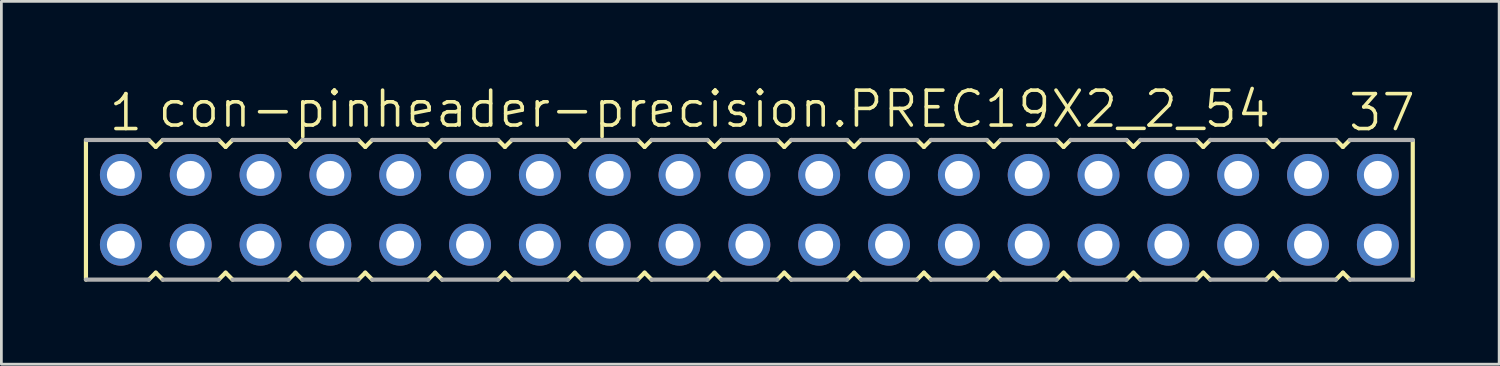
<source format=kicad_pcb>
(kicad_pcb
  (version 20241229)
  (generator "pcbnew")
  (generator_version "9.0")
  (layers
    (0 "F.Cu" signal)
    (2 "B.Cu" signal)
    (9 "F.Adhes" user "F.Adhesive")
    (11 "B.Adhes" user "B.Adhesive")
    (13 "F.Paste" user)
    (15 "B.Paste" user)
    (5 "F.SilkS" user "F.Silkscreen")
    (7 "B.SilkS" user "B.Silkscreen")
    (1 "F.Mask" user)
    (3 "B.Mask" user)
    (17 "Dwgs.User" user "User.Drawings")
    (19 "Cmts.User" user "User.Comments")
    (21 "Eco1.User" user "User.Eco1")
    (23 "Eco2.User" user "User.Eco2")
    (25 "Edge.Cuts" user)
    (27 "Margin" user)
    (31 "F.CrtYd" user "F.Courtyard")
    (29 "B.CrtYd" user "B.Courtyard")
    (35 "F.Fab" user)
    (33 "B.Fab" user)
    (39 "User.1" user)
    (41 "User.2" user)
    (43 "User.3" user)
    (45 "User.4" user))
  (footprint "con-pinheader-precision.PREC19X2_2_54"
    (layer "F.Cu")
    (at 24.206 4.581)
    (property "Reference" "con-pinheader-precision.PREC19X2_2_54" (at -21.59 -2.921 0) (layer "F.SilkS") (effects (font (size 1.27 1.27) (thickness 0.13)) (justify left bottom)))
    (attr through_hole)
    (fp_line (start -24.13 -2.54) (end -24.13 2.54) (stroke (width 0.152) (type default)) (layer "F.SilkS"))
    (fp_line (start -21.844 2.54) (end -21.59 2.286) (stroke (width 0.152) (type default)) (layer "F.SilkS"))
    (fp_line (start -21.59 -2.286) (end -21.844 -2.54) (stroke (width 0.152) (type default)) (layer "F.SilkS"))
    (fp_line (start -21.59 2.286) (end -21.336 2.54) (stroke (width 0.152) (type default)) (layer "F.SilkS"))
    (fp_line (start -21.336 -2.54) (end -21.59 -2.286) (stroke (width 0.152) (type default)) (layer "F.SilkS"))
    (fp_line (start -19.304 2.54) (end -19.05 2.286) (stroke (width 0.152) (type default)) (layer "F.SilkS"))
    (fp_line (start -19.05 -2.286) (end -19.304 -2.54) (stroke (width 0.152) (type default)) (layer "F.SilkS"))
    (fp_line (start -19.05 2.286) (end -18.796 2.54) (stroke (width 0.152) (type default)) (layer "F.SilkS"))
    (fp_line (start -18.796 -2.54) (end -19.05 -2.286) (stroke (width 0.152) (type default)) (layer "F.SilkS"))
    (fp_line (start -16.764 2.54) (end -16.51 2.286) (stroke (width 0.152) (type default)) (layer "F.SilkS"))
    (fp_line (start -16.51 -2.286) (end -16.764 -2.54) (stroke (width 0.152) (type default)) (layer "F.SilkS"))
    (fp_line (start -16.51 2.286) (end -16.256 2.54) (stroke (width 0.152) (type default)) (layer "F.SilkS"))
    (fp_line (start -16.256 -2.54) (end -16.51 -2.286) (stroke (width 0.152) (type default)) (layer "F.SilkS"))
    (fp_line (start -14.224 2.54) (end -13.97 2.286) (stroke (width 0.152) (type default)) (layer "F.SilkS"))
    (fp_line (start -13.97 -2.286) (end -14.224 -2.54) (stroke (width 0.152) (type default)) (layer "F.SilkS"))
    (fp_line (start -13.97 2.286) (end -13.716 2.54) (stroke (width 0.152) (type default)) (layer "F.SilkS"))
    (fp_line (start -13.716 -2.54) (end -13.97 -2.286) (stroke (width 0.152) (type default)) (layer "F.SilkS"))
    (fp_line (start -11.684 2.54) (end -11.43 2.286) (stroke (width 0.152) (type default)) (layer "F.SilkS"))
    (fp_line (start -11.43 -2.286) (end -11.684 -2.54) (stroke (width 0.152) (type default)) (layer "F.SilkS"))
    (fp_line (start -11.43 2.286) (end -11.176 2.54) (stroke (width 0.152) (type default)) (layer "F.SilkS"))
    (fp_line (start -11.176 -2.54) (end -11.43 -2.286) (stroke (width 0.152) (type default)) (layer "F.SilkS"))
    (fp_line (start -9.144 2.54) (end -8.89 2.286) (stroke (width 0.152) (type default)) (layer "F.SilkS"))
    (fp_line (start -8.89 -2.286) (end -9.144 -2.54) (stroke (width 0.152) (type default)) (layer "F.SilkS"))
    (fp_line (start -8.89 2.286) (end -8.636 2.54) (stroke (width 0.152) (type default)) (layer "F.SilkS"))
    (fp_line (start -8.636 -2.54) (end -8.89 -2.286) (stroke (width 0.152) (type default)) (layer "F.SilkS"))
    (fp_line (start -6.604 2.54) (end -6.35 2.286) (stroke (width 0.152) (type default)) (layer "F.SilkS"))
    (fp_line (start -6.35 -2.286) (end -6.604 -2.54) (stroke (width 0.152) (type default)) (layer "F.SilkS"))
    (fp_line (start -6.35 2.286) (end -6.096 2.54) (stroke (width 0.152) (type default)) (layer "F.SilkS"))
    (fp_line (start -6.096 -2.54) (end -6.35 -2.286) (stroke (width 0.152) (type default)) (layer "F.SilkS"))
    (fp_line (start -4.064 2.54) (end -3.81 2.286) (stroke (width 0.152) (type default)) (layer "F.SilkS"))
    (fp_line (start -3.81 -2.286) (end -4.064 -2.54) (stroke (width 0.152) (type default)) (layer "F.SilkS"))
    (fp_line (start -3.81 2.286) (end -3.556 2.54) (stroke (width 0.152) (type default)) (layer "F.SilkS"))
    (fp_line (start -3.556 -2.54) (end -3.81 -2.286) (stroke (width 0.152) (type default)) (layer "F.SilkS"))
    (fp_line (start -1.524 2.54) (end -1.27 2.286) (stroke (width 0.152) (type default)) (layer "F.SilkS"))
    (fp_line (start -1.27 -2.286) (end -1.524 -2.54) (stroke (width 0.152) (type default)) (layer "F.SilkS"))
    (fp_line (start -1.27 2.286) (end -1.016 2.54) (stroke (width 0.152) (type default)) (layer "F.SilkS"))
    (fp_line (start -1.016 -2.54) (end -1.27 -2.286) (stroke (width 0.152) (type default)) (layer "F.SilkS"))
    (fp_line (start 1.016 2.54) (end 1.27 2.286) (stroke (width 0.152) (type default)) (layer "F.SilkS"))
    (fp_line (start 1.27 -2.286) (end 1.016 -2.54) (stroke (width 0.152) (type default)) (layer "F.SilkS"))
    (fp_line (start 1.27 2.286) (end 1.524 2.54) (stroke (width 0.152) (type default)) (layer "F.SilkS"))
    (fp_line (start 1.524 -2.54) (end 1.27 -2.286) (stroke (width 0.152) (type default)) (layer "F.SilkS"))
    (fp_line (start 3.556 2.54) (end 3.81 2.286) (stroke (width 0.152) (type default)) (layer "F.SilkS"))
    (fp_line (start 3.81 -2.286) (end 3.556 -2.54) (stroke (width 0.152) (type default)) (layer "F.SilkS"))
    (fp_line (start 3.81 2.286) (end 4.064 2.54) (stroke (width 0.152) (type default)) (layer "F.SilkS"))
    (fp_line (start 4.064 -2.54) (end 3.81 -2.286) (stroke (width 0.152) (type default)) (layer "F.SilkS"))
    (fp_line (start 6.096 2.54) (end 6.35 2.286) (stroke (width 0.152) (type default)) (layer "F.SilkS"))
    (fp_line (start 6.35 -2.286) (end 6.096 -2.54) (stroke (width 0.152) (type default)) (layer "F.SilkS"))
    (fp_line (start 6.35 2.286) (end 6.604 2.54) (stroke (width 0.152) (type default)) (layer "F.SilkS"))
    (fp_line (start 6.604 -2.54) (end 6.35 -2.286) (stroke (width 0.152) (type default)) (layer "F.SilkS"))
    (fp_line (start 8.636 2.54) (end 8.89 2.286) (stroke (width 0.152) (type default)) (layer "F.SilkS"))
    (fp_line (start 8.89 -2.286) (end 8.636 -2.54) (stroke (width 0.152) (type default)) (layer "F.SilkS"))
    (fp_line (start 8.89 2.286) (end 9.144 2.54) (stroke (width 0.152) (type default)) (layer "F.SilkS"))
    (fp_line (start 9.144 -2.54) (end 8.89 -2.286) (stroke (width 0.152) (type default)) (layer "F.SilkS"))
    (fp_line (start 11.176 2.54) (end 11.43 2.286) (stroke (width 0.152) (type default)) (layer "F.SilkS"))
    (fp_line (start 11.43 -2.286) (end 11.176 -2.54) (stroke (width 0.152) (type default)) (layer "F.SilkS"))
    (fp_line (start 11.43 2.286) (end 11.684 2.54) (stroke (width 0.152) (type default)) (layer "F.SilkS"))
    (fp_line (start 11.684 -2.54) (end 11.43 -2.286) (stroke (width 0.152) (type default)) (layer "F.SilkS"))
    (fp_line (start 13.716 2.54) (end 13.97 2.286) (stroke (width 0.152) (type default)) (layer "F.SilkS"))
    (fp_line (start 13.97 -2.286) (end 13.716 -2.54) (stroke (width 0.152) (type default)) (layer "F.SilkS"))
    (fp_line (start 13.97 2.286) (end 14.224 2.54) (stroke (width 0.152) (type default)) (layer "F.SilkS"))
    (fp_line (start 14.224 -2.54) (end 13.97 -2.286) (stroke (width 0.152) (type default)) (layer "F.SilkS"))
    (fp_line (start 16.256 2.54) (end 16.51 2.286) (stroke (width 0.152) (type default)) (layer "F.SilkS"))
    (fp_line (start 16.51 -2.286) (end 16.256 -2.54) (stroke (width 0.152) (type default)) (layer "F.SilkS"))
    (fp_line (start 16.51 2.286) (end 16.764 2.54) (stroke (width 0.152) (type default)) (layer "F.SilkS"))
    (fp_line (start 16.764 -2.54) (end 16.51 -2.286) (stroke (width 0.152) (type default)) (layer "F.SilkS"))
    (fp_line (start 18.796 2.54) (end 19.05 2.286) (stroke (width 0.152) (type default)) (layer "F.SilkS"))
    (fp_line (start 19.05 -2.286) (end 18.796 -2.54) (stroke (width 0.152) (type default)) (layer "F.SilkS"))
    (fp_line (start 19.05 2.286) (end 19.304 2.54) (stroke (width 0.152) (type default)) (layer "F.SilkS"))
    (fp_line (start 19.304 -2.54) (end 19.05 -2.286) (stroke (width 0.152) (type default)) (layer "F.SilkS"))
    (fp_line (start 21.336 2.54) (end 21.59 2.286) (stroke (width 0.152) (type default)) (layer "F.SilkS"))
    (fp_line (start 21.59 -2.286) (end 21.336 -2.54) (stroke (width 0.152) (type default)) (layer "F.SilkS"))
    (fp_line (start 21.59 2.286) (end 21.844 2.54) (stroke (width 0.152) (type default)) (layer "F.SilkS"))
    (fp_line (start 21.844 -2.54) (end 21.59 -2.286) (stroke (width 0.152) (type default)) (layer "F.SilkS"))
    (fp_line (start 24.13 2.54) (end 24.13 -2.54) (stroke (width 0.152) (type default)) (layer "F.SilkS"))
    (fp_line (start -24.13 2.54) (end -21.844 2.54) (stroke (width 0.152) (type default)) (layer "F.Fab"))
    (fp_line (start -21.844 -2.54) (end -24.13 -2.54) (stroke (width 0.152) (type default)) (layer "F.Fab"))
    (fp_line (start -21.336 2.54) (end -19.304 2.54) (stroke (width 0.152) (type default)) (layer "F.Fab"))
    (fp_line (start -19.304 -2.54) (end -21.336 -2.54) (stroke (width 0.152) (type default)) (layer "F.Fab"))
    (fp_line (start -18.796 2.54) (end -16.764 2.54) (stroke (width 0.152) (type default)) (layer "F.Fab"))
    (fp_line (start -16.764 -2.54) (end -18.796 -2.54) (stroke (width 0.152) (type default)) (layer "F.Fab"))
    (fp_line (start -16.256 2.54) (end -14.224 2.54) (stroke (width 0.152) (type default)) (layer "F.Fab"))
    (fp_line (start -14.224 -2.54) (end -16.256 -2.54) (stroke (width 0.152) (type default)) (layer "F.Fab"))
    (fp_line (start -13.716 2.54) (end -11.684 2.54) (stroke (width 0.152) (type default)) (layer "F.Fab"))
    (fp_line (start -11.684 -2.54) (end -13.716 -2.54) (stroke (width 0.152) (type default)) (layer "F.Fab"))
    (fp_line (start -11.176 2.54) (end -9.144 2.54) (stroke (width 0.152) (type default)) (layer "F.Fab"))
    (fp_line (start -9.144 -2.54) (end -11.176 -2.54) (stroke (width 0.152) (type default)) (layer "F.Fab"))
    (fp_line (start -8.636 2.54) (end -6.604 2.54) (stroke (width 0.152) (type default)) (layer "F.Fab"))
    (fp_line (start -6.604 -2.54) (end -8.636 -2.54) (stroke (width 0.152) (type default)) (layer "F.Fab"))
    (fp_line (start -6.096 2.54) (end -4.064 2.54) (stroke (width 0.152) (type default)) (layer "F.Fab"))
    (fp_line (start -4.064 -2.54) (end -6.096 -2.54) (stroke (width 0.152) (type default)) (layer "F.Fab"))
    (fp_line (start -3.556 2.54) (end -1.524 2.54) (stroke (width 0.152) (type default)) (layer "F.Fab"))
    (fp_line (start -1.524 -2.54) (end -3.556 -2.54) (stroke (width 0.152) (type default)) (layer "F.Fab"))
    (fp_line (start -1.016 2.54) (end 1.016 2.54) (stroke (width 0.152) (type default)) (layer "F.Fab"))
    (fp_line (start 1.016 -2.54) (end -1.016 -2.54) (stroke (width 0.152) (type default)) (layer "F.Fab"))
    (fp_line (start 1.524 2.54) (end 3.556 2.54) (stroke (width 0.152) (type default)) (layer "F.Fab"))
    (fp_line (start 3.556 -2.54) (end 1.524 -2.54) (stroke (width 0.152) (type default)) (layer "F.Fab"))
    (fp_line (start 4.064 2.54) (end 6.096 2.54) (stroke (width 0.152) (type default)) (layer "F.Fab"))
    (fp_line (start 6.096 -2.54) (end 4.064 -2.54) (stroke (width 0.152) (type default)) (layer "F.Fab"))
    (fp_line (start 6.604 2.54) (end 8.636 2.54) (stroke (width 0.152) (type default)) (layer "F.Fab"))
    (fp_line (start 8.636 -2.54) (end 6.604 -2.54) (stroke (width 0.152) (type default)) (layer "F.Fab"))
    (fp_line (start 9.144 2.54) (end 11.176 2.54) (stroke (width 0.152) (type default)) (layer "F.Fab"))
    (fp_line (start 11.176 -2.54) (end 9.144 -2.54) (stroke (width 0.152) (type default)) (layer "F.Fab"))
    (fp_line (start 11.684 2.54) (end 13.716 2.54) (stroke (width 0.152) (type default)) (layer "F.Fab"))
    (fp_line (start 13.716 -2.54) (end 11.684 -2.54) (stroke (width 0.152) (type default)) (layer "F.Fab"))
    (fp_line (start 14.224 2.54) (end 16.256 2.54) (stroke (width 0.152) (type default)) (layer "F.Fab"))
    (fp_line (start 16.256 -2.54) (end 14.224 -2.54) (stroke (width 0.152) (type default)) (layer "F.Fab"))
    (fp_line (start 16.764 2.54) (end 18.796 2.54) (stroke (width 0.152) (type default)) (layer "F.Fab"))
    (fp_line (start 18.796 -2.54) (end 16.764 -2.54) (stroke (width 0.152) (type default)) (layer "F.Fab"))
    (fp_line (start 19.304 2.54) (end 21.336 2.54) (stroke (width 0.152) (type default)) (layer "F.Fab"))
    (fp_line (start 21.336 -2.54) (end 19.304 -2.54) (stroke (width 0.152) (type default)) (layer "F.Fab"))
    (fp_line (start 21.844 2.54) (end 24.13 2.54) (stroke (width 0.152) (type default)) (layer "F.Fab"))
    (fp_line (start 24.13 -2.54) (end 21.844 -2.54) (stroke (width 0.152) (type default)) (layer "F.Fab"))
    (fp_text user "37" (at 21.717 -2.794 0) (layer "F.SilkS") (effects (font (size 1.27 1.27) (thickness 0.13)) (justify left bottom)))
    (fp_text user "1" (at -23.368 -2.794 0) (layer "F.SilkS") (effects (font (size 1.27 1.27) (thickness 0.13)) (justify left bottom)))
    (pad "1" thru_hole circle (at -22.86 -1.27 180) (size 1.524 1.524) (drill 1.016) (layers "*.Cu" "*.Mask"))
    (pad "2" thru_hole circle (at -22.86 1.27 180) (size 1.524 1.524) (drill 1.016) (layers "*.Cu" "*.Mask"))
    (pad "3" thru_hole circle (at -20.32 -1.27 180) (size 1.524 1.524) (drill 1.016) (layers "*.Cu" "*.Mask"))
    (pad "4" thru_hole circle (at -20.32 1.27 180) (size 1.524 1.524) (drill 1.016) (layers "*.Cu" "*.Mask"))
    (pad "5" thru_hole circle (at -17.78 -1.27 180) (size 1.524 1.524) (drill 1.016) (layers "*.Cu" "*.Mask"))
    (pad "6" thru_hole circle (at -17.78 1.27 180) (size 1.524 1.524) (drill 1.016) (layers "*.Cu" "*.Mask"))
    (pad "7" thru_hole circle (at -15.24 -1.27 180) (size 1.524 1.524) (drill 1.016) (layers "*.Cu" "*.Mask"))
    (pad "8" thru_hole circle (at -15.24 1.27 180) (size 1.524 1.524) (drill 1.016) (layers "*.Cu" "*.Mask"))
    (pad "9" thru_hole circle (at -12.7 -1.27 180) (size 1.524 1.524) (drill 1.016) (layers "*.Cu" "*.Mask"))
    (pad "10" thru_hole circle (at -12.7 1.27 180) (size 1.524 1.524) (drill 1.016) (layers "*.Cu" "*.Mask"))
    (pad "11" thru_hole circle (at -10.16 -1.27 180) (size 1.524 1.524) (drill 1.016) (layers "*.Cu" "*.Mask"))
    (pad "12" thru_hole circle (at -10.16 1.27 180) (size 1.524 1.524) (drill 1.016) (layers "*.Cu" "*.Mask"))
    (pad "13" thru_hole circle (at -7.62 -1.27 180) (size 1.524 1.524) (drill 1.016) (layers "*.Cu" "*.Mask"))
    (pad "14" thru_hole circle (at -7.62 1.27 180) (size 1.524 1.524) (drill 1.016) (layers "*.Cu" "*.Mask"))
    (pad "15" thru_hole circle (at -5.08 -1.27 180) (size 1.524 1.524) (drill 1.016) (layers "*.Cu" "*.Mask"))
    (pad "16" thru_hole circle (at -5.08 1.27 180) (size 1.524 1.524) (drill 1.016) (layers "*.Cu" "*.Mask"))
    (pad "17" thru_hole circle (at -2.54 -1.27 180) (size 1.524 1.524) (drill 1.016) (layers "*.Cu" "*.Mask"))
    (pad "18" thru_hole circle (at -2.54 1.27 180) (size 1.524 1.524) (drill 1.016) (layers "*.Cu" "*.Mask"))
    (pad "19" thru_hole circle (at 0 -1.27 180) (size 1.524 1.524) (drill 1.016) (layers "*.Cu" "*.Mask"))
    (pad "20" thru_hole circle (at 0 1.27 180) (size 1.524 1.524) (drill 1.016) (layers "*.Cu" "*.Mask"))
    (pad "21" thru_hole circle (at 2.54 -1.27 180) (size 1.524 1.524) (drill 1.016) (layers "*.Cu" "*.Mask"))
    (pad "22" thru_hole circle (at 2.54 1.27 180) (size 1.524 1.524) (drill 1.016) (layers "*.Cu" "*.Mask"))
    (pad "23" thru_hole circle (at 5.08 -1.27 180) (size 1.524 1.524) (drill 1.016) (layers "*.Cu" "*.Mask"))
    (pad "24" thru_hole circle (at 5.08 1.27 180) (size 1.524 1.524) (drill 1.016) (layers "*.Cu" "*.Mask"))
    (pad "25" thru_hole circle (at 7.62 -1.27 180) (size 1.524 1.524) (drill 1.016) (layers "*.Cu" "*.Mask"))
    (pad "26" thru_hole circle (at 7.62 1.27 180) (size 1.524 1.524) (drill 1.016) (layers "*.Cu" "*.Mask"))
    (pad "27" thru_hole circle (at 10.16 -1.27 180) (size 1.524 1.524) (drill 1.016) (layers "*.Cu" "*.Mask"))
    (pad "28" thru_hole circle (at 10.16 1.27 180) (size 1.524 1.524) (drill 1.016) (layers "*.Cu" "*.Mask"))
    (pad "29" thru_hole circle (at 12.7 -1.27 180) (size 1.524 1.524) (drill 1.016) (layers "*.Cu" "*.Mask"))
    (pad "30" thru_hole circle (at 12.7 1.27 180) (size 1.524 1.524) (drill 1.016) (layers "*.Cu" "*.Mask"))
    (pad "31" thru_hole circle (at 15.24 -1.27 180) (size 1.524 1.524) (drill 1.016) (layers "*.Cu" "*.Mask"))
    (pad "32" thru_hole circle (at 15.24 1.27 180) (size 1.524 1.524) (drill 1.016) (layers "*.Cu" "*.Mask"))
    (pad "33" thru_hole circle (at 17.78 -1.27 180) (size 1.524 1.524) (drill 1.016) (layers "*.Cu" "*.Mask"))
    (pad "34" thru_hole circle (at 17.78 1.27 180) (size 1.524 1.524) (drill 1.016) (layers "*.Cu" "*.Mask"))
    (pad "35" thru_hole circle (at 20.32 -1.27 180) (size 1.524 1.524) (drill 1.016) (layers "*.Cu" "*.Mask"))
    (pad "36" thru_hole circle (at 20.32 1.27 180) (size 1.524 1.524) (drill 1.016) (layers "*.Cu" "*.Mask"))
    (pad "37" thru_hole circle (at 22.86 -1.27 180) (size 1.524 1.524) (drill 1.016) (layers "*.Cu" "*.Mask"))
    (pad "38" thru_hole circle (at 22.86 1.27 180) (size 1.524 1.524) (drill 1.016) (layers "*.Cu" "*.Mask")))
  (gr_rect
    (start -3 -3)
    (end 51.478 10.197)
    (stroke (width 0.1) (type default))
    (fill no)
    (layer "Edge.Cuts")))
</source>
